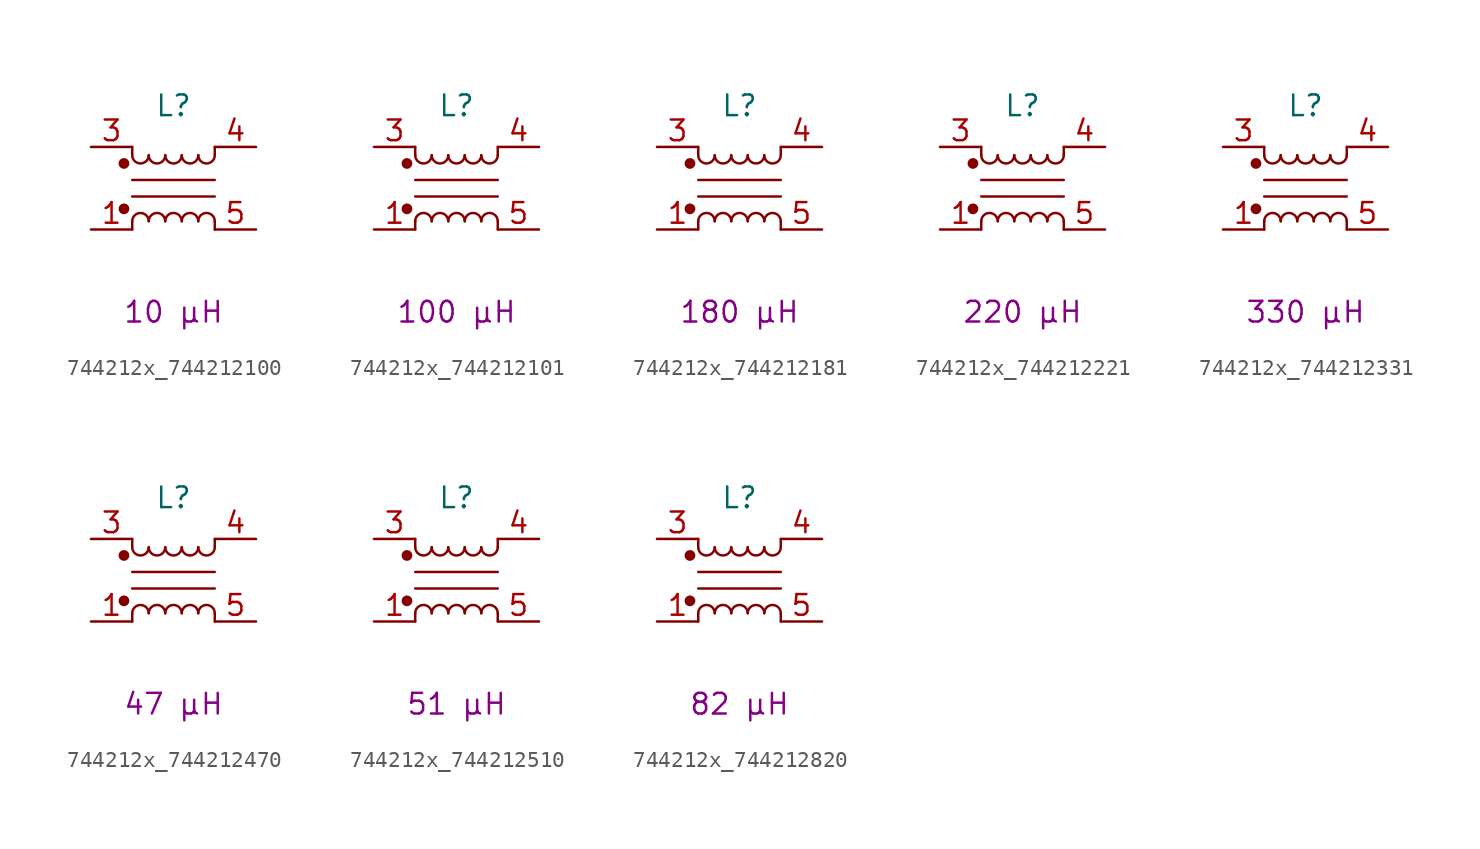
<source format=kicad_sym>
(kicad_symbol_lib
  (version 20220914)
  (generator kicad_symbol_editor)
  (symbol "744212x_744212100"
    (pin_names hide)
    (property "Reference" "L"
      (at 0 5.08 0)
      (effects (font (size 1.27 1.27))))
    (property "Critical Parameter" "10 µH"
      (at 0 -7.62 0)
      (effects (font (size 1.27 1.27))))
    (symbol "744212x_744212100_0_1"
      (circle (center -3.048 -1.27) (radius 0.254) (stroke (width 0) (type default)) (fill (type outline)))
      (circle (center -3.048 1.524) (radius 0.254) (stroke (width 0) (type default)) (fill (type outline)))
      (arc (start -2.54 2.032) (mid -2.032 1.5262) (end -1.524 2.032) (stroke (width 0) (type default)) (fill (type none)))
      (arc (start -1.524 -2.032) (mid -2.032 -1.5262) (end -2.54 -2.032) (stroke (width 0) (type default)) (fill (type none)))
      (arc (start -1.524 2.032) (mid -1.016 1.5262) (end -0.508 2.032) (stroke (width 0) (type default)) (fill (type none)))
      (arc (start -0.508 -2.032) (mid -1.016 -1.5262) (end -1.524 -2.032) (stroke (width 0) (type default)) (fill (type none)))
      (arc (start -0.508 2.032) (mid 0 1.5262) (end 0.508 2.032) (stroke (width 0) (type default)) (fill (type none)))
      (polyline (pts (xy -2.54 -2.032) (xy -2.54 -2.54)) (stroke (width 0) (type default)) (fill (type none)))
      (polyline (pts (xy -2.54 0.508) (xy 2.54 0.508)) (stroke (width 0) (type default)) (fill (type none)))
      (polyline (pts (xy -2.54 2.032) (xy -2.54 2.54)) (stroke (width 0) (type default)) (fill (type none)))
      (polyline (pts (xy 2.54 -2.032) (xy 2.54 -2.54)) (stroke (width 0) (type default)) (fill (type none)))
      (polyline (pts (xy 2.54 -0.508) (xy -2.54 -0.508)) (stroke (width 0) (type default)) (fill (type none)))
      (polyline (pts (xy 2.54 2.54) (xy 2.54 2.032)) (stroke (width 0) (type default)) (fill (type none)))
      (arc (start 0.508 -2.032) (mid 0 -1.5262) (end -0.508 -2.032) (stroke (width 0) (type default)) (fill (type none)))
      (arc (start 0.508 2.032) (mid 1.016 1.5262) (end 1.524 2.032) (stroke (width 0) (type default)) (fill (type none)))
      (arc (start 1.524 -2.032) (mid 1.016 -1.5262) (end 0.508 -2.032) (stroke (width 0) (type default)) (fill (type none)))
      (arc (start 1.524 2.032) (mid 2.032 1.5262) (end 2.54 2.032) (stroke (width 0) (type default)) (fill (type none)))
      (arc (start 2.54 -2.032) (mid 2.032 -1.5262) (end 1.524 -2.032) (stroke (width 0) (type default)) (fill (type none))))
    (symbol "744212x_744212100_1_1"
      (pin passive line (at -5.08 -2.54 0) (length 2.54) (name "1" (effects (font (size 1.27 1.27)))) (number "1" (effects (font (size 1.27 1.27)))))
      (pin passive line (at -5.08 2.54 0) (length 2.54) (name "3" (effects (font (size 1.27 1.27)))) (number "3" (effects (font (size 1.27 1.27)))))
      (pin passive line (at 5.08 2.54 180) (length 2.54) (name "4" (effects (font (size 1.27 1.27)))) (number "4" (effects (font (size 1.27 1.27)))))
      (pin passive line (at 5.08 -2.54 180) (length 2.54) (name "5" (effects (font (size 1.27 1.27)))) (number "5" (effects (font (size 1.27 1.27)))))))
  (symbol "744212x_744212101"
    (pin_names hide)
    (property "Reference" "L"
      (at 0 5.08 0)
      (effects (font (size 1.27 1.27))))
    (property "Critical Parameter" "100 µH"
      (at 0 -7.62 0)
      (effects (font (size 1.27 1.27))))
    (symbol "744212x_744212101_0_1"
      (circle (center -3.048 -1.27) (radius 0.254) (stroke (width 0) (type default)) (fill (type outline)))
      (circle (center -3.048 1.524) (radius 0.254) (stroke (width 0) (type default)) (fill (type outline)))
      (arc (start -2.54 2.032) (mid -2.032 1.5262) (end -1.524 2.032) (stroke (width 0) (type default)) (fill (type none)))
      (arc (start -1.524 -2.032) (mid -2.032 -1.5262) (end -2.54 -2.032) (stroke (width 0) (type default)) (fill (type none)))
      (arc (start -1.524 2.032) (mid -1.016 1.5262) (end -0.508 2.032) (stroke (width 0) (type default)) (fill (type none)))
      (arc (start -0.508 -2.032) (mid -1.016 -1.5262) (end -1.524 -2.032) (stroke (width 0) (type default)) (fill (type none)))
      (arc (start -0.508 2.032) (mid 0 1.5262) (end 0.508 2.032) (stroke (width 0) (type default)) (fill (type none)))
      (polyline (pts (xy -2.54 -2.032) (xy -2.54 -2.54)) (stroke (width 0) (type default)) (fill (type none)))
      (polyline (pts (xy -2.54 0.508) (xy 2.54 0.508)) (stroke (width 0) (type default)) (fill (type none)))
      (polyline (pts (xy -2.54 2.032) (xy -2.54 2.54)) (stroke (width 0) (type default)) (fill (type none)))
      (polyline (pts (xy 2.54 -2.032) (xy 2.54 -2.54)) (stroke (width 0) (type default)) (fill (type none)))
      (polyline (pts (xy 2.54 -0.508) (xy -2.54 -0.508)) (stroke (width 0) (type default)) (fill (type none)))
      (polyline (pts (xy 2.54 2.54) (xy 2.54 2.032)) (stroke (width 0) (type default)) (fill (type none)))
      (arc (start 0.508 -2.032) (mid 0 -1.5262) (end -0.508 -2.032) (stroke (width 0) (type default)) (fill (type none)))
      (arc (start 0.508 2.032) (mid 1.016 1.5262) (end 1.524 2.032) (stroke (width 0) (type default)) (fill (type none)))
      (arc (start 1.524 -2.032) (mid 1.016 -1.5262) (end 0.508 -2.032) (stroke (width 0) (type default)) (fill (type none)))
      (arc (start 1.524 2.032) (mid 2.032 1.5262) (end 2.54 2.032) (stroke (width 0) (type default)) (fill (type none)))
      (arc (start 2.54 -2.032) (mid 2.032 -1.5262) (end 1.524 -2.032) (stroke (width 0) (type default)) (fill (type none))))
    (symbol "744212x_744212101_1_1"
      (pin passive line (at -5.08 -2.54 0) (length 2.54) (name "1" (effects (font (size 1.27 1.27)))) (number "1" (effects (font (size 1.27 1.27)))))
      (pin passive line (at -5.08 2.54 0) (length 2.54) (name "3" (effects (font (size 1.27 1.27)))) (number "3" (effects (font (size 1.27 1.27)))))
      (pin passive line (at 5.08 2.54 180) (length 2.54) (name "4" (effects (font (size 1.27 1.27)))) (number "4" (effects (font (size 1.27 1.27)))))
      (pin passive line (at 5.08 -2.54 180) (length 2.54) (name "5" (effects (font (size 1.27 1.27)))) (number "5" (effects (font (size 1.27 1.27)))))))
  (symbol "744212x_744212181"
    (pin_names hide)
    (property "Reference" "L"
      (at 0 5.08 0)
      (effects (font (size 1.27 1.27))))
    (property "Critical Parameter" "180 µH"
      (at 0 -7.62 0)
      (effects (font (size 1.27 1.27))))
    (symbol "744212x_744212181_0_1"
      (circle (center -3.048 -1.27) (radius 0.254) (stroke (width 0) (type default)) (fill (type outline)))
      (circle (center -3.048 1.524) (radius 0.254) (stroke (width 0) (type default)) (fill (type outline)))
      (arc (start -2.54 2.032) (mid -2.032 1.5262) (end -1.524 2.032) (stroke (width 0) (type default)) (fill (type none)))
      (arc (start -1.524 -2.032) (mid -2.032 -1.5262) (end -2.54 -2.032) (stroke (width 0) (type default)) (fill (type none)))
      (arc (start -1.524 2.032) (mid -1.016 1.5262) (end -0.508 2.032) (stroke (width 0) (type default)) (fill (type none)))
      (arc (start -0.508 -2.032) (mid -1.016 -1.5262) (end -1.524 -2.032) (stroke (width 0) (type default)) (fill (type none)))
      (arc (start -0.508 2.032) (mid 0 1.5262) (end 0.508 2.032) (stroke (width 0) (type default)) (fill (type none)))
      (polyline (pts (xy -2.54 -2.032) (xy -2.54 -2.54)) (stroke (width 0) (type default)) (fill (type none)))
      (polyline (pts (xy -2.54 0.508) (xy 2.54 0.508)) (stroke (width 0) (type default)) (fill (type none)))
      (polyline (pts (xy -2.54 2.032) (xy -2.54 2.54)) (stroke (width 0) (type default)) (fill (type none)))
      (polyline (pts (xy 2.54 -2.032) (xy 2.54 -2.54)) (stroke (width 0) (type default)) (fill (type none)))
      (polyline (pts (xy 2.54 -0.508) (xy -2.54 -0.508)) (stroke (width 0) (type default)) (fill (type none)))
      (polyline (pts (xy 2.54 2.54) (xy 2.54 2.032)) (stroke (width 0) (type default)) (fill (type none)))
      (arc (start 0.508 -2.032) (mid 0 -1.5262) (end -0.508 -2.032) (stroke (width 0) (type default)) (fill (type none)))
      (arc (start 0.508 2.032) (mid 1.016 1.5262) (end 1.524 2.032) (stroke (width 0) (type default)) (fill (type none)))
      (arc (start 1.524 -2.032) (mid 1.016 -1.5262) (end 0.508 -2.032) (stroke (width 0) (type default)) (fill (type none)))
      (arc (start 1.524 2.032) (mid 2.032 1.5262) (end 2.54 2.032) (stroke (width 0) (type default)) (fill (type none)))
      (arc (start 2.54 -2.032) (mid 2.032 -1.5262) (end 1.524 -2.032) (stroke (width 0) (type default)) (fill (type none))))
    (symbol "744212x_744212181_1_1"
      (pin passive line (at -5.08 -2.54 0) (length 2.54) (name "1" (effects (font (size 1.27 1.27)))) (number "1" (effects (font (size 1.27 1.27)))))
      (pin passive line (at -5.08 2.54 0) (length 2.54) (name "3" (effects (font (size 1.27 1.27)))) (number "3" (effects (font (size 1.27 1.27)))))
      (pin passive line (at 5.08 2.54 180) (length 2.54) (name "4" (effects (font (size 1.27 1.27)))) (number "4" (effects (font (size 1.27 1.27)))))
      (pin passive line (at 5.08 -2.54 180) (length 2.54) (name "5" (effects (font (size 1.27 1.27)))) (number "5" (effects (font (size 1.27 1.27)))))))
  (symbol "744212x_744212221"
    (pin_names hide)
    (property "Reference" "L"
      (at 0 5.08 0)
      (effects (font (size 1.27 1.27))))
    (property "Critical Parameter" "220 µH"
      (at 0 -7.62 0)
      (effects (font (size 1.27 1.27))))
    (symbol "744212x_744212221_0_1"
      (circle (center -3.048 -1.27) (radius 0.254) (stroke (width 0) (type default)) (fill (type outline)))
      (circle (center -3.048 1.524) (radius 0.254) (stroke (width 0) (type default)) (fill (type outline)))
      (arc (start -2.54 2.032) (mid -2.032 1.5262) (end -1.524 2.032) (stroke (width 0) (type default)) (fill (type none)))
      (arc (start -1.524 -2.032) (mid -2.032 -1.5262) (end -2.54 -2.032) (stroke (width 0) (type default)) (fill (type none)))
      (arc (start -1.524 2.032) (mid -1.016 1.5262) (end -0.508 2.032) (stroke (width 0) (type default)) (fill (type none)))
      (arc (start -0.508 -2.032) (mid -1.016 -1.5262) (end -1.524 -2.032) (stroke (width 0) (type default)) (fill (type none)))
      (arc (start -0.508 2.032) (mid 0 1.5262) (end 0.508 2.032) (stroke (width 0) (type default)) (fill (type none)))
      (polyline (pts (xy -2.54 -2.032) (xy -2.54 -2.54)) (stroke (width 0) (type default)) (fill (type none)))
      (polyline (pts (xy -2.54 0.508) (xy 2.54 0.508)) (stroke (width 0) (type default)) (fill (type none)))
      (polyline (pts (xy -2.54 2.032) (xy -2.54 2.54)) (stroke (width 0) (type default)) (fill (type none)))
      (polyline (pts (xy 2.54 -2.032) (xy 2.54 -2.54)) (stroke (width 0) (type default)) (fill (type none)))
      (polyline (pts (xy 2.54 -0.508) (xy -2.54 -0.508)) (stroke (width 0) (type default)) (fill (type none)))
      (polyline (pts (xy 2.54 2.54) (xy 2.54 2.032)) (stroke (width 0) (type default)) (fill (type none)))
      (arc (start 0.508 -2.032) (mid 0 -1.5262) (end -0.508 -2.032) (stroke (width 0) (type default)) (fill (type none)))
      (arc (start 0.508 2.032) (mid 1.016 1.5262) (end 1.524 2.032) (stroke (width 0) (type default)) (fill (type none)))
      (arc (start 1.524 -2.032) (mid 1.016 -1.5262) (end 0.508 -2.032) (stroke (width 0) (type default)) (fill (type none)))
      (arc (start 1.524 2.032) (mid 2.032 1.5262) (end 2.54 2.032) (stroke (width 0) (type default)) (fill (type none)))
      (arc (start 2.54 -2.032) (mid 2.032 -1.5262) (end 1.524 -2.032) (stroke (width 0) (type default)) (fill (type none))))
    (symbol "744212x_744212221_1_1"
      (pin passive line (at -5.08 -2.54 0) (length 2.54) (name "1" (effects (font (size 1.27 1.27)))) (number "1" (effects (font (size 1.27 1.27)))))
      (pin passive line (at -5.08 2.54 0) (length 2.54) (name "3" (effects (font (size 1.27 1.27)))) (number "3" (effects (font (size 1.27 1.27)))))
      (pin passive line (at 5.08 2.54 180) (length 2.54) (name "4" (effects (font (size 1.27 1.27)))) (number "4" (effects (font (size 1.27 1.27)))))
      (pin passive line (at 5.08 -2.54 180) (length 2.54) (name "5" (effects (font (size 1.27 1.27)))) (number "5" (effects (font (size 1.27 1.27)))))))
  (symbol "744212x_744212331"
    (pin_names hide)
    (property "Reference" "L"
      (at 0 5.08 0)
      (effects (font (size 1.27 1.27))))
    (property "Critical Parameter" "330 µH"
      (at 0 -7.62 0)
      (effects (font (size 1.27 1.27))))
    (symbol "744212x_744212331_0_1"
      (circle (center -3.048 -1.27) (radius 0.254) (stroke (width 0) (type default)) (fill (type outline)))
      (circle (center -3.048 1.524) (radius 0.254) (stroke (width 0) (type default)) (fill (type outline)))
      (arc (start -2.54 2.032) (mid -2.032 1.5262) (end -1.524 2.032) (stroke (width 0) (type default)) (fill (type none)))
      (arc (start -1.524 -2.032) (mid -2.032 -1.5262) (end -2.54 -2.032) (stroke (width 0) (type default)) (fill (type none)))
      (arc (start -1.524 2.032) (mid -1.016 1.5262) (end -0.508 2.032) (stroke (width 0) (type default)) (fill (type none)))
      (arc (start -0.508 -2.032) (mid -1.016 -1.5262) (end -1.524 -2.032) (stroke (width 0) (type default)) (fill (type none)))
      (arc (start -0.508 2.032) (mid 0 1.5262) (end 0.508 2.032) (stroke (width 0) (type default)) (fill (type none)))
      (polyline (pts (xy -2.54 -2.032) (xy -2.54 -2.54)) (stroke (width 0) (type default)) (fill (type none)))
      (polyline (pts (xy -2.54 0.508) (xy 2.54 0.508)) (stroke (width 0) (type default)) (fill (type none)))
      (polyline (pts (xy -2.54 2.032) (xy -2.54 2.54)) (stroke (width 0) (type default)) (fill (type none)))
      (polyline (pts (xy 2.54 -2.032) (xy 2.54 -2.54)) (stroke (width 0) (type default)) (fill (type none)))
      (polyline (pts (xy 2.54 -0.508) (xy -2.54 -0.508)) (stroke (width 0) (type default)) (fill (type none)))
      (polyline (pts (xy 2.54 2.54) (xy 2.54 2.032)) (stroke (width 0) (type default)) (fill (type none)))
      (arc (start 0.508 -2.032) (mid 0 -1.5262) (end -0.508 -2.032) (stroke (width 0) (type default)) (fill (type none)))
      (arc (start 0.508 2.032) (mid 1.016 1.5262) (end 1.524 2.032) (stroke (width 0) (type default)) (fill (type none)))
      (arc (start 1.524 -2.032) (mid 1.016 -1.5262) (end 0.508 -2.032) (stroke (width 0) (type default)) (fill (type none)))
      (arc (start 1.524 2.032) (mid 2.032 1.5262) (end 2.54 2.032) (stroke (width 0) (type default)) (fill (type none)))
      (arc (start 2.54 -2.032) (mid 2.032 -1.5262) (end 1.524 -2.032) (stroke (width 0) (type default)) (fill (type none))))
    (symbol "744212x_744212331_1_1"
      (pin passive line (at -5.08 -2.54 0) (length 2.54) (name "1" (effects (font (size 1.27 1.27)))) (number "1" (effects (font (size 1.27 1.27)))))
      (pin passive line (at -5.08 2.54 0) (length 2.54) (name "3" (effects (font (size 1.27 1.27)))) (number "3" (effects (font (size 1.27 1.27)))))
      (pin passive line (at 5.08 2.54 180) (length 2.54) (name "4" (effects (font (size 1.27 1.27)))) (number "4" (effects (font (size 1.27 1.27)))))
      (pin passive line (at 5.08 -2.54 180) (length 2.54) (name "5" (effects (font (size 1.27 1.27)))) (number "5" (effects (font (size 1.27 1.27)))))))
  (symbol "744212x_744212470"
    (pin_names hide)
    (property "Reference" "L"
      (at 0 5.08 0)
      (effects (font (size 1.27 1.27))))
    (property "Critical Parameter" "47 µH"
      (at 0 -7.62 0)
      (effects (font (size 1.27 1.27))))
    (symbol "744212x_744212470_0_1"
      (circle (center -3.048 -1.27) (radius 0.254) (stroke (width 0) (type default)) (fill (type outline)))
      (circle (center -3.048 1.524) (radius 0.254) (stroke (width 0) (type default)) (fill (type outline)))
      (arc (start -2.54 2.032) (mid -2.032 1.5262) (end -1.524 2.032) (stroke (width 0) (type default)) (fill (type none)))
      (arc (start -1.524 -2.032) (mid -2.032 -1.5262) (end -2.54 -2.032) (stroke (width 0) (type default)) (fill (type none)))
      (arc (start -1.524 2.032) (mid -1.016 1.5262) (end -0.508 2.032) (stroke (width 0) (type default)) (fill (type none)))
      (arc (start -0.508 -2.032) (mid -1.016 -1.5262) (end -1.524 -2.032) (stroke (width 0) (type default)) (fill (type none)))
      (arc (start -0.508 2.032) (mid 0 1.5262) (end 0.508 2.032) (stroke (width 0) (type default)) (fill (type none)))
      (polyline (pts (xy -2.54 -2.032) (xy -2.54 -2.54)) (stroke (width 0) (type default)) (fill (type none)))
      (polyline (pts (xy -2.54 0.508) (xy 2.54 0.508)) (stroke (width 0) (type default)) (fill (type none)))
      (polyline (pts (xy -2.54 2.032) (xy -2.54 2.54)) (stroke (width 0) (type default)) (fill (type none)))
      (polyline (pts (xy 2.54 -2.032) (xy 2.54 -2.54)) (stroke (width 0) (type default)) (fill (type none)))
      (polyline (pts (xy 2.54 -0.508) (xy -2.54 -0.508)) (stroke (width 0) (type default)) (fill (type none)))
      (polyline (pts (xy 2.54 2.54) (xy 2.54 2.032)) (stroke (width 0) (type default)) (fill (type none)))
      (arc (start 0.508 -2.032) (mid 0 -1.5262) (end -0.508 -2.032) (stroke (width 0) (type default)) (fill (type none)))
      (arc (start 0.508 2.032) (mid 1.016 1.5262) (end 1.524 2.032) (stroke (width 0) (type default)) (fill (type none)))
      (arc (start 1.524 -2.032) (mid 1.016 -1.5262) (end 0.508 -2.032) (stroke (width 0) (type default)) (fill (type none)))
      (arc (start 1.524 2.032) (mid 2.032 1.5262) (end 2.54 2.032) (stroke (width 0) (type default)) (fill (type none)))
      (arc (start 2.54 -2.032) (mid 2.032 -1.5262) (end 1.524 -2.032) (stroke (width 0) (type default)) (fill (type none))))
    (symbol "744212x_744212470_1_1"
      (pin passive line (at -5.08 -2.54 0) (length 2.54) (name "1" (effects (font (size 1.27 1.27)))) (number "1" (effects (font (size 1.27 1.27)))))
      (pin passive line (at -5.08 2.54 0) (length 2.54) (name "3" (effects (font (size 1.27 1.27)))) (number "3" (effects (font (size 1.27 1.27)))))
      (pin passive line (at 5.08 2.54 180) (length 2.54) (name "4" (effects (font (size 1.27 1.27)))) (number "4" (effects (font (size 1.27 1.27)))))
      (pin passive line (at 5.08 -2.54 180) (length 2.54) (name "5" (effects (font (size 1.27 1.27)))) (number "5" (effects (font (size 1.27 1.27)))))))
  (symbol "744212x_744212510"
    (pin_names hide)
    (property "Reference" "L"
      (at 0 5.08 0)
      (effects (font (size 1.27 1.27))))
    (property "Critical Parameter" "51 µH"
      (at 0 -7.62 0)
      (effects (font (size 1.27 1.27))))
    (symbol "744212x_744212510_0_1"
      (circle (center -3.048 -1.27) (radius 0.254) (stroke (width 0) (type default)) (fill (type outline)))
      (circle (center -3.048 1.524) (radius 0.254) (stroke (width 0) (type default)) (fill (type outline)))
      (arc (start -2.54 2.032) (mid -2.032 1.5262) (end -1.524 2.032) (stroke (width 0) (type default)) (fill (type none)))
      (arc (start -1.524 -2.032) (mid -2.032 -1.5262) (end -2.54 -2.032) (stroke (width 0) (type default)) (fill (type none)))
      (arc (start -1.524 2.032) (mid -1.016 1.5262) (end -0.508 2.032) (stroke (width 0) (type default)) (fill (type none)))
      (arc (start -0.508 -2.032) (mid -1.016 -1.5262) (end -1.524 -2.032) (stroke (width 0) (type default)) (fill (type none)))
      (arc (start -0.508 2.032) (mid 0 1.5262) (end 0.508 2.032) (stroke (width 0) (type default)) (fill (type none)))
      (polyline (pts (xy -2.54 -2.032) (xy -2.54 -2.54)) (stroke (width 0) (type default)) (fill (type none)))
      (polyline (pts (xy -2.54 0.508) (xy 2.54 0.508)) (stroke (width 0) (type default)) (fill (type none)))
      (polyline (pts (xy -2.54 2.032) (xy -2.54 2.54)) (stroke (width 0) (type default)) (fill (type none)))
      (polyline (pts (xy 2.54 -2.032) (xy 2.54 -2.54)) (stroke (width 0) (type default)) (fill (type none)))
      (polyline (pts (xy 2.54 -0.508) (xy -2.54 -0.508)) (stroke (width 0) (type default)) (fill (type none)))
      (polyline (pts (xy 2.54 2.54) (xy 2.54 2.032)) (stroke (width 0) (type default)) (fill (type none)))
      (arc (start 0.508 -2.032) (mid 0 -1.5262) (end -0.508 -2.032) (stroke (width 0) (type default)) (fill (type none)))
      (arc (start 0.508 2.032) (mid 1.016 1.5262) (end 1.524 2.032) (stroke (width 0) (type default)) (fill (type none)))
      (arc (start 1.524 -2.032) (mid 1.016 -1.5262) (end 0.508 -2.032) (stroke (width 0) (type default)) (fill (type none)))
      (arc (start 1.524 2.032) (mid 2.032 1.5262) (end 2.54 2.032) (stroke (width 0) (type default)) (fill (type none)))
      (arc (start 2.54 -2.032) (mid 2.032 -1.5262) (end 1.524 -2.032) (stroke (width 0) (type default)) (fill (type none))))
    (symbol "744212x_744212510_1_1"
      (pin passive line (at -5.08 -2.54 0) (length 2.54) (name "1" (effects (font (size 1.27 1.27)))) (number "1" (effects (font (size 1.27 1.27)))))
      (pin passive line (at -5.08 2.54 0) (length 2.54) (name "3" (effects (font (size 1.27 1.27)))) (number "3" (effects (font (size 1.27 1.27)))))
      (pin passive line (at 5.08 2.54 180) (length 2.54) (name "4" (effects (font (size 1.27 1.27)))) (number "4" (effects (font (size 1.27 1.27)))))
      (pin passive line (at 5.08 -2.54 180) (length 2.54) (name "5" (effects (font (size 1.27 1.27)))) (number "5" (effects (font (size 1.27 1.27)))))))
  (symbol "744212x_744212820"
    (pin_names hide)
    (property "Reference" "L"
      (at 0 5.08 0)
      (effects (font (size 1.27 1.27))))
    (property "Critical Parameter" "82 µH"
      (at 0 -7.62 0)
      (effects (font (size 1.27 1.27))))
    (symbol "744212x_744212820_0_1"
      (circle (center -3.048 -1.27) (radius 0.254) (stroke (width 0) (type default)) (fill (type outline)))
      (circle (center -3.048 1.524) (radius 0.254) (stroke (width 0) (type default)) (fill (type outline)))
      (arc (start -2.54 2.032) (mid -2.032 1.5262) (end -1.524 2.032) (stroke (width 0) (type default)) (fill (type none)))
      (arc (start -1.524 -2.032) (mid -2.032 -1.5262) (end -2.54 -2.032) (stroke (width 0) (type default)) (fill (type none)))
      (arc (start -1.524 2.032) (mid -1.016 1.5262) (end -0.508 2.032) (stroke (width 0) (type default)) (fill (type none)))
      (arc (start -0.508 -2.032) (mid -1.016 -1.5262) (end -1.524 -2.032) (stroke (width 0) (type default)) (fill (type none)))
      (arc (start -0.508 2.032) (mid 0 1.5262) (end 0.508 2.032) (stroke (width 0) (type default)) (fill (type none)))
      (polyline (pts (xy -2.54 -2.032) (xy -2.54 -2.54)) (stroke (width 0) (type default)) (fill (type none)))
      (polyline (pts (xy -2.54 0.508) (xy 2.54 0.508)) (stroke (width 0) (type default)) (fill (type none)))
      (polyline (pts (xy -2.54 2.032) (xy -2.54 2.54)) (stroke (width 0) (type default)) (fill (type none)))
      (polyline (pts (xy 2.54 -2.032) (xy 2.54 -2.54)) (stroke (width 0) (type default)) (fill (type none)))
      (polyline (pts (xy 2.54 -0.508) (xy -2.54 -0.508)) (stroke (width 0) (type default)) (fill (type none)))
      (polyline (pts (xy 2.54 2.54) (xy 2.54 2.032)) (stroke (width 0) (type default)) (fill (type none)))
      (arc (start 0.508 -2.032) (mid 0 -1.5262) (end -0.508 -2.032) (stroke (width 0) (type default)) (fill (type none)))
      (arc (start 0.508 2.032) (mid 1.016 1.5262) (end 1.524 2.032) (stroke (width 0) (type default)) (fill (type none)))
      (arc (start 1.524 -2.032) (mid 1.016 -1.5262) (end 0.508 -2.032) (stroke (width 0) (type default)) (fill (type none)))
      (arc (start 1.524 2.032) (mid 2.032 1.5262) (end 2.54 2.032) (stroke (width 0) (type default)) (fill (type none)))
      (arc (start 2.54 -2.032) (mid 2.032 -1.5262) (end 1.524 -2.032) (stroke (width 0) (type default)) (fill (type none))))
    (symbol "744212x_744212820_1_1"
      (pin passive line (at -5.08 -2.54 0) (length 2.54) (name "1" (effects (font (size 1.27 1.27)))) (number "1" (effects (font (size 1.27 1.27)))))
      (pin passive line (at -5.08 2.54 0) (length 2.54) (name "3" (effects (font (size 1.27 1.27)))) (number "3" (effects (font (size 1.27 1.27)))))
      (pin passive line (at 5.08 2.54 180) (length 2.54) (name "4" (effects (font (size 1.27 1.27)))) (number "4" (effects (font (size 1.27 1.27)))))
      (pin passive line (at 5.08 -2.54 180) (length 2.54) (name "5" (effects (font (size 1.27 1.27)))) (number "5" (effects (font (size 1.27 1.27))))))))
</source>
